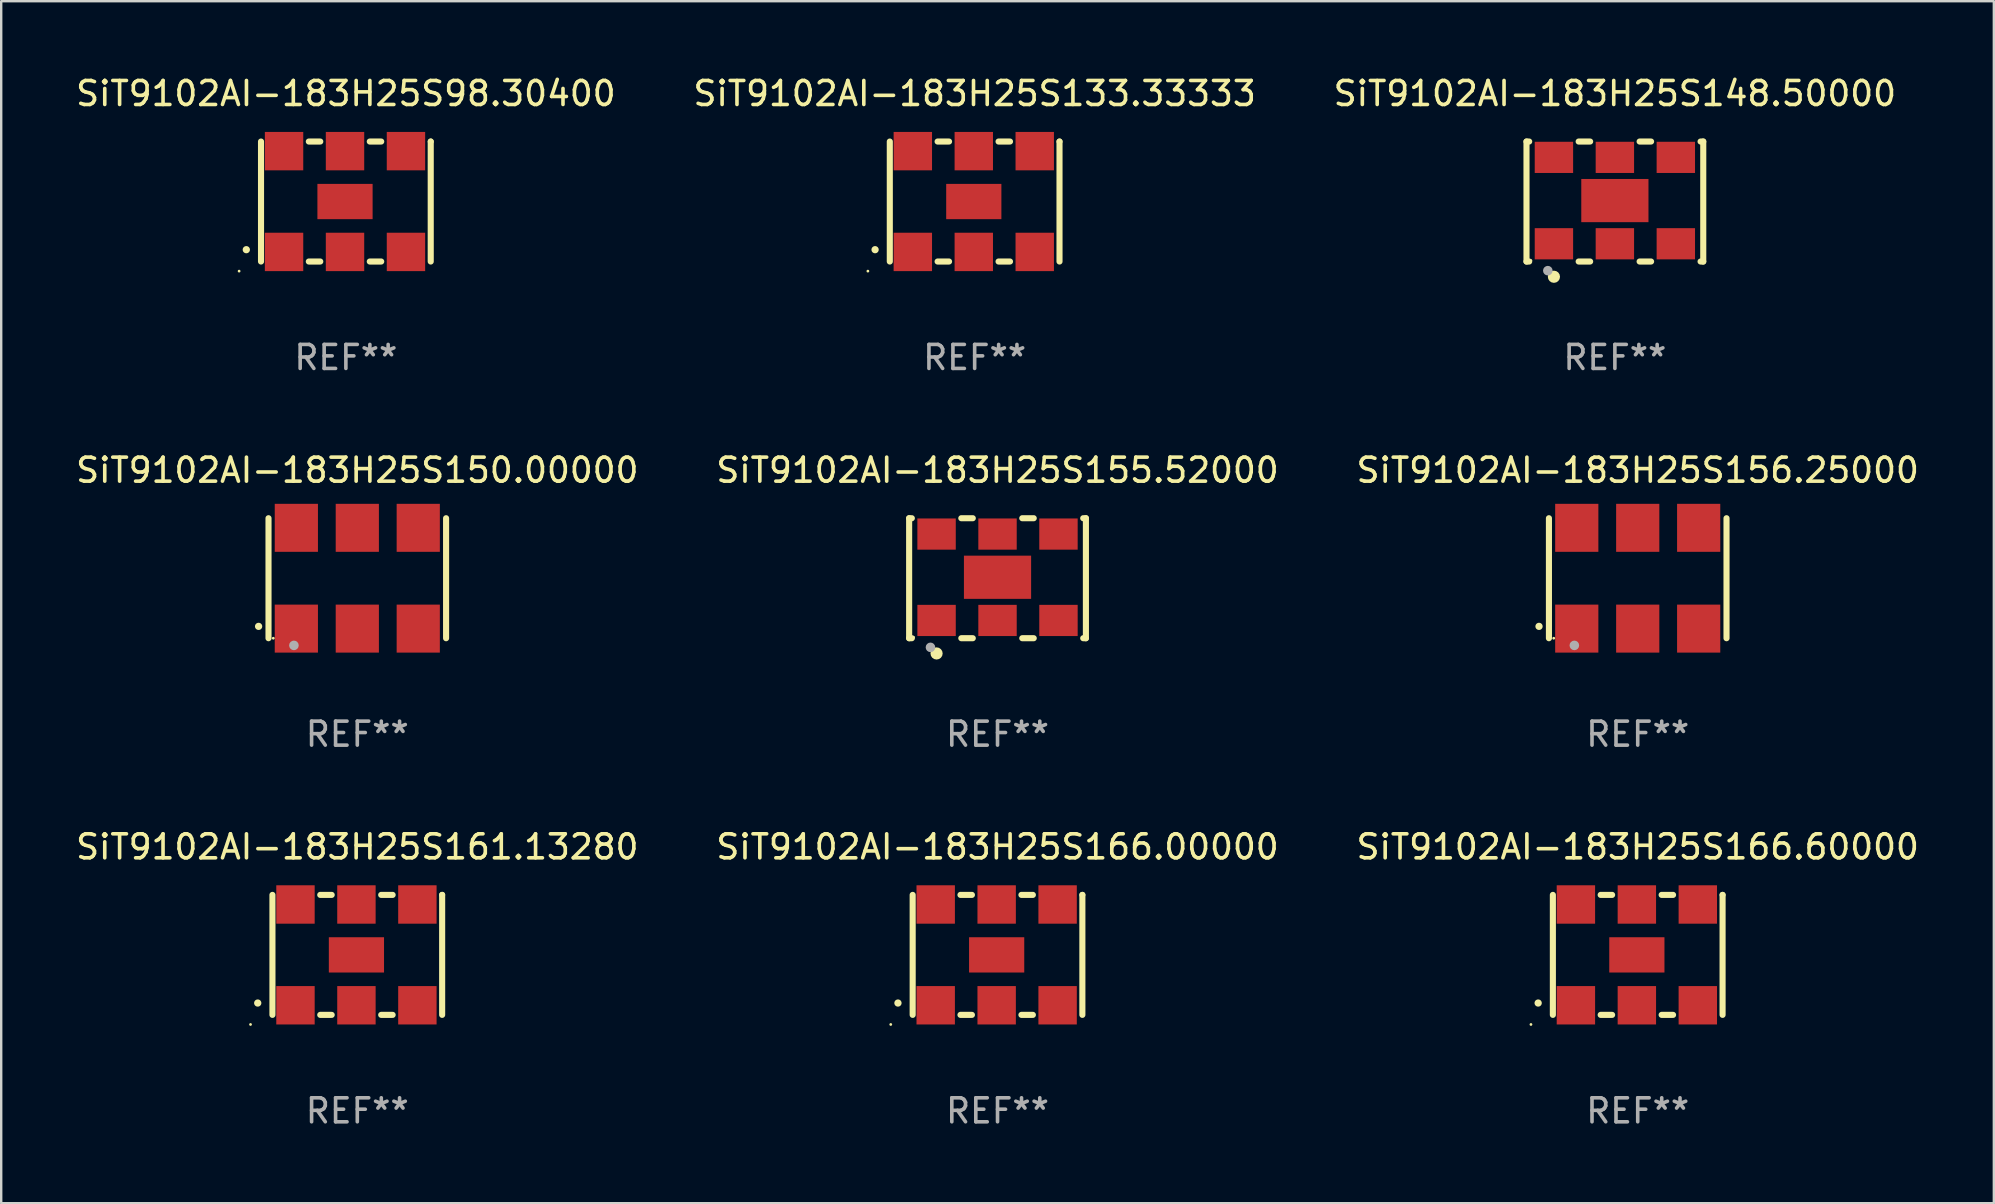
<source format=kicad_pcb>
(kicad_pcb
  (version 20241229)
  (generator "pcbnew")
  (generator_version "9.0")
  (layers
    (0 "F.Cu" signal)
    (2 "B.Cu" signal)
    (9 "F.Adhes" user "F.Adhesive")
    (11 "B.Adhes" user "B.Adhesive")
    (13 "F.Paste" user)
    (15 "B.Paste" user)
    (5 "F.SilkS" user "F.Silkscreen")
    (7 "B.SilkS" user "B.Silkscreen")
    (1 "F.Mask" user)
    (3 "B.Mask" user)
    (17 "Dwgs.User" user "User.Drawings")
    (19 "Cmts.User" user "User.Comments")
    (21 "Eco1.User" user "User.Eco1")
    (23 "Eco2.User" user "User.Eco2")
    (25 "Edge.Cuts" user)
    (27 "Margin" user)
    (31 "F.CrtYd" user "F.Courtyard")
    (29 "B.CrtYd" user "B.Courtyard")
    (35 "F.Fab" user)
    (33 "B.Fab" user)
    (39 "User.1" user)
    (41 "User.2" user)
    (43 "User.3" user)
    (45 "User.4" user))
  (footprint "SiT9102AI-183H25S156.25000"
    (layer "F.Cu")
    (at 65.196 21.045)
    (property "Reference" "SiT9102AI-183H25S156.25000" (at 0 -4.5 0) (layer "F.SilkS") (effects (font (size 1 1) (thickness 0.15))))
    (attr through_hole)
    (fp_line (start -3.7 -2.5) (end -3.7 2.5) (stroke (width 0.254) (type solid)) (layer "F.SilkS"))
    (fp_line (start 3.7 -2.5) (end 3.7 2.5) (stroke (width 0.254) (type solid)) (layer "F.SilkS"))
    (fp_arc (start -4.114415 2.006604) (mid -4.113145 2.006599) (end -4.111875 2.006604) (stroke (width 0.3) (type solid)) (layer "F.SilkS"))
    (fp_circle (center -3.5 2.501) (end -3.47 2.501) (stroke (width 0.06) (type solid)) (fill no) (layer "F.SilkS"))
    (fp_circle (center -2.641 2.799) (end -2.541 2.799) (stroke (width 0.2) (type solid)) (fill no) (layer "F.Fab"))
    (fp_text user "REF**" (at 0 6.5 0) (layer "F.Fab") (effects (font (size 1 1) (thickness 0.15))))
    (pad "1" smd rect (at -2.54 2.1) (size 1.8 2) (layers "F.Cu" "F.Mask" "F.Paste"))
    (pad "2" smd rect (at 0.000394 2.1) (size 1.8 2) (layers "F.Cu" "F.Mask" "F.Paste"))
    (pad "3" smd rect (at 2.54 2.1) (size 1.8 2) (layers "F.Cu" "F.Mask" "F.Paste"))
    (pad "4" smd rect (at 2.54 -2.1) (size 1.8 2) (layers "F.Cu" "F.Mask" "F.Paste"))
    (pad "5" smd rect (at 0.000394 -2.1) (size 1.8 2) (layers "F.Cu" "F.Mask" "F.Paste"))
    (pad "6" smd rect (at -2.54 -2.1) (size 1.8 2) (layers "F.Cu" "F.Mask" "F.Paste")))
  (footprint "SiT9102AI-183H25S148.50000"
    (layer "F.Cu")
    (at 64.244 5.348)
    (property "Reference" "SiT9102AI-183H25S148.50000" (at 0 -4.5 0) (layer "F.SilkS") (effects (font (size 1 1) (thickness 0.15))))
    (attr through_hole)
    (fp_line (start -3.683 -2.5) (end -3.571 -2.5) (stroke (width 0.254) (type solid)) (layer "F.SilkS"))
    (fp_line (start -3.683 2.5) (end -3.683 -2.5) (stroke (width 0.254) (type solid)) (layer "F.SilkS"))
    (fp_line (start -3.683 2.5) (end -3.571 2.5) (stroke (width 0.254) (type solid)) (layer "F.SilkS"))
    (fp_line (start -1.509 -2.5) (end -1.031 -2.5) (stroke (width 0.254) (type solid)) (layer "F.SilkS"))
    (fp_line (start -1.509 2.5) (end -1.031 2.5) (stroke (width 0.254) (type solid)) (layer "F.SilkS"))
    (fp_line (start 1.031 -2.5) (end 1.509 -2.5) (stroke (width 0.254) (type solid)) (layer "F.SilkS"))
    (fp_line (start 1.031 2.5) (end 1.509 2.5) (stroke (width 0.254) (type solid)) (layer "F.SilkS"))
    (fp_line (start 3.571 -2.5) (end 3.683 -2.5) (stroke (width 0.254) (type solid)) (layer "F.SilkS"))
    (fp_line (start 3.571 2.5) (end 3.683 2.5) (stroke (width 0.254) (type solid)) (layer "F.SilkS"))
    (fp_line (start 3.683 2.5) (end 3.683 -2.5) (stroke (width 0.254) (type solid)) (layer "F.SilkS"))
    (fp_circle (center -3.5 2.46) (end -3.47 2.46) (stroke (width 0.06) (type solid)) (fill no) (layer "F.SilkS"))
    (fp_circle (center -2.54 3.135) (end -2.413 3.135) (stroke (width 0.254) (type solid)) (fill no) (layer "F.SilkS"))
    (fp_circle (center -2.794 2.881) (end -2.694 2.881) (stroke (width 0.2) (type solid)) (fill no) (layer "F.Fab"))
    (fp_text user "REF**" (at 0 6.5 0) (layer "F.Fab") (effects (font (size 1 1) (thickness 0.15))))
    (pad "1" smd rect (at -2.54 1.76) (size 1.6 1.3) (layers "F.Cu" "F.Mask" "F.Paste"))
    (pad "2" smd rect (at 0 1.76) (size 1.6 1.3) (layers "F.Cu" "F.Mask" "F.Paste"))
    (pad "3" smd rect (at 2.54 1.76) (size 1.6 1.3) (layers "F.Cu" "F.Mask" "F.Paste"))
    (pad "4" smd rect (at 2.54 -1.84) (size 1.6 1.3) (layers "F.Cu" "F.Mask" "F.Paste"))
    (pad "5" smd rect (at 0 -1.84) (size 1.6 1.3) (layers "F.Cu" "F.Mask" "F.Paste"))
    (pad "6" smd rect (at -2.54 -1.84) (size 1.6 1.3) (layers "F.Cu" "F.Mask" "F.Paste"))
    (pad "7" smd rect (at 0 -0.04) (size 2.8 1.8) (layers "F.Cu" "F.Mask" "F.Paste")))
  (footprint "SiT9102AI-183H25S155.52000"
    (layer "F.Cu")
    (at 38.518 21.045)
    (property "Reference" "SiT9102AI-183H25S155.52000" (at 0 -4.5 0) (layer "F.SilkS") (effects (font (size 1 1) (thickness 0.15))))
    (attr through_hole)
    (fp_line (start -3.683 -2.5) (end -3.571 -2.5) (stroke (width 0.254) (type solid)) (layer "F.SilkS"))
    (fp_line (start -3.683 2.5) (end -3.683 -2.5) (stroke (width 0.254) (type solid)) (layer "F.SilkS"))
    (fp_line (start -3.683 2.5) (end -3.571 2.5) (stroke (width 0.254) (type solid)) (layer "F.SilkS"))
    (fp_line (start -1.509 -2.5) (end -1.031 -2.5) (stroke (width 0.254) (type solid)) (layer "F.SilkS"))
    (fp_line (start -1.509 2.5) (end -1.031 2.5) (stroke (width 0.254) (type solid)) (layer "F.SilkS"))
    (fp_line (start 1.031 -2.5) (end 1.509 -2.5) (stroke (width 0.254) (type solid)) (layer "F.SilkS"))
    (fp_line (start 1.031 2.5) (end 1.509 2.5) (stroke (width 0.254) (type solid)) (layer "F.SilkS"))
    (fp_line (start 3.571 -2.5) (end 3.683 -2.5) (stroke (width 0.254) (type solid)) (layer "F.SilkS"))
    (fp_line (start 3.571 2.5) (end 3.683 2.5) (stroke (width 0.254) (type solid)) (layer "F.SilkS"))
    (fp_line (start 3.683 2.5) (end 3.683 -2.5) (stroke (width 0.254) (type solid)) (layer "F.SilkS"))
    (fp_circle (center -3.5 2.46) (end -3.47 2.46) (stroke (width 0.06) (type solid)) (fill no) (layer "F.SilkS"))
    (fp_circle (center -2.54 3.135) (end -2.413 3.135) (stroke (width 0.254) (type solid)) (fill no) (layer "F.SilkS"))
    (fp_circle (center -2.794 2.881) (end -2.694 2.881) (stroke (width 0.2) (type solid)) (fill no) (layer "F.Fab"))
    (fp_text user "REF**" (at 0 6.5 0) (layer "F.Fab") (effects (font (size 1 1) (thickness 0.15))))
    (pad "1" smd rect (at -2.54 1.76) (size 1.6 1.3) (layers "F.Cu" "F.Mask" "F.Paste"))
    (pad "2" smd rect (at 0 1.76) (size 1.6 1.3) (layers "F.Cu" "F.Mask" "F.Paste"))
    (pad "3" smd rect (at 2.54 1.76) (size 1.6 1.3) (layers "F.Cu" "F.Mask" "F.Paste"))
    (pad "4" smd rect (at 2.54 -1.84) (size 1.6 1.3) (layers "F.Cu" "F.Mask" "F.Paste"))
    (pad "5" smd rect (at 0 -1.84) (size 1.6 1.3) (layers "F.Cu" "F.Mask" "F.Paste"))
    (pad "6" smd rect (at -2.54 -1.84) (size 1.6 1.3) (layers "F.Cu" "F.Mask" "F.Paste"))
    (pad "7" smd rect (at 0 -0.04) (size 2.8 1.8) (layers "F.Cu" "F.Mask" "F.Paste")))
  (footprint "SiT9102AI-183H25S133.33333"
    (layer "F.Cu")
    (at 37.565 5.348)
    (property "Reference" "SiT9102AI-183H25S133.33333" (at 0 -4.5 0) (layer "F.SilkS") (effects (font (size 1 1) (thickness 0.15))))
    (attr through_hole)
    (fp_line (start -3.536 -2.5) (end -3.536 2.5) (stroke (width 0.254) (type solid)) (layer "F.SilkS"))
    (fp_line (start -1.544 2.5) (end -1.067 2.5) (stroke (width 0.254) (type solid)) (layer "F.SilkS"))
    (fp_line (start -1.067 -2.5) (end -1.544 -2.5) (stroke (width 0.254) (type solid)) (layer "F.SilkS"))
    (fp_line (start 0.996 2.5) (end 1.473 2.5) (stroke (width 0.254) (type solid)) (layer "F.SilkS"))
    (fp_line (start 1.473 -2.5) (end 0.996 -2.5) (stroke (width 0.254) (type solid)) (layer "F.SilkS"))
    (fp_line (start 3.536 -2.5) (end 3.536 -2.5) (stroke (width 0.254) (type solid)) (layer "F.SilkS"))
    (fp_line (start 3.536 2.5) (end 3.536 -2.5) (stroke (width 0.254) (type solid)) (layer "F.SilkS"))
    (fp_arc (start -4.150432 2.006604) (mid -4.149162 2.006599) (end -4.147892 2.006604) (stroke (width 0.3) (type solid)) (layer "F.SilkS"))
    (fp_circle (center -4.449 2.9) (end -4.419 2.9) (stroke (width 0.06) (type solid)) (fill no) (layer "F.SilkS"))
    (fp_text user "REF**" (at 0 6.5 0) (layer "F.Fab") (effects (font (size 1 1) (thickness 0.15))))
    (pad "1" smd rect (at -2.576 2.1) (size 1.6 1.6) (layers "F.Cu" "F.Mask" "F.Paste"))
    (pad "2" smd rect (at -0.036 2.1) (size 1.6 1.6) (layers "F.Cu" "F.Mask" "F.Paste"))
    (pad "3" smd rect (at 2.504 2.1) (size 1.6 1.6) (layers "F.Cu" "F.Mask" "F.Paste"))
    (pad "4" smd rect (at 2.504 -2.1) (size 1.6 1.6) (layers "F.Cu" "F.Mask" "F.Paste"))
    (pad "5" smd rect (at -0.036 -2.1) (size 1.6 1.6) (layers "F.Cu" "F.Mask" "F.Paste"))
    (pad "6" smd rect (at -2.576 -2.1) (size 1.6 1.6) (layers "F.Cu" "F.Mask" "F.Paste"))
    (pad "7" smd rect (at -0.036 0) (size 2.3 1.47) (layers "F.Cu" "F.Mask" "F.Paste")))
  (footprint "SiT9102AI-183H25S150.00000"
    (layer "F.Cu")
    (at 11.839 21.045)
    (property "Reference" "SiT9102AI-183H25S150.00000" (at 0 -4.5 0) (layer "F.SilkS") (effects (font (size 1 1) (thickness 0.15))))
    (attr through_hole)
    (fp_line (start -3.7 -2.5) (end -3.7 2.5) (stroke (width 0.254) (type solid)) (layer "F.SilkS"))
    (fp_line (start 3.7 -2.5) (end 3.7 2.5) (stroke (width 0.254) (type solid)) (layer "F.SilkS"))
    (fp_arc (start -4.114415 2.006604) (mid -4.113145 2.006599) (end -4.111875 2.006604) (stroke (width 0.3) (type solid)) (layer "F.SilkS"))
    (fp_circle (center -3.5 2.501) (end -3.47 2.501) (stroke (width 0.06) (type solid)) (fill no) (layer "F.SilkS"))
    (fp_circle (center -2.641 2.799) (end -2.541 2.799) (stroke (width 0.2) (type solid)) (fill no) (layer "F.Fab"))
    (fp_text user "REF**" (at 0 6.5 0) (layer "F.Fab") (effects (font (size 1 1) (thickness 0.15))))
    (pad "1" smd rect (at -2.54 2.1) (size 1.8 2) (layers "F.Cu" "F.Mask" "F.Paste"))
    (pad "2" smd rect (at 0.000394 2.1) (size 1.8 2) (layers "F.Cu" "F.Mask" "F.Paste"))
    (pad "3" smd rect (at 2.54 2.1) (size 1.8 2) (layers "F.Cu" "F.Mask" "F.Paste"))
    (pad "4" smd rect (at 2.54 -2.1) (size 1.8 2) (layers "F.Cu" "F.Mask" "F.Paste"))
    (pad "5" smd rect (at 0.000394 -2.1) (size 1.8 2) (layers "F.Cu" "F.Mask" "F.Paste"))
    (pad "6" smd rect (at -2.54 -2.1) (size 1.8 2) (layers "F.Cu" "F.Mask" "F.Paste")))
  (footprint "SiT9102AI-183H25S98.30400"
    (layer "F.Cu")
    (at 11.363 5.348)
    (property "Reference" "SiT9102AI-183H25S98.30400" (at 0 -4.5 0) (layer "F.SilkS") (effects (font (size 1 1) (thickness 0.15))))
    (attr through_hole)
    (fp_line (start -3.536 -2.5) (end -3.536 2.5) (stroke (width 0.254) (type solid)) (layer "F.SilkS"))
    (fp_line (start -1.544 2.5) (end -1.067 2.5) (stroke (width 0.254) (type solid)) (layer "F.SilkS"))
    (fp_line (start -1.067 -2.5) (end -1.544 -2.5) (stroke (width 0.254) (type solid)) (layer "F.SilkS"))
    (fp_line (start 0.996 2.5) (end 1.473 2.5) (stroke (width 0.254) (type solid)) (layer "F.SilkS"))
    (fp_line (start 1.473 -2.5) (end 0.996 -2.5) (stroke (width 0.254) (type solid)) (layer "F.SilkS"))
    (fp_line (start 3.536 -2.5) (end 3.536 -2.5) (stroke (width 0.254) (type solid)) (layer "F.SilkS"))
    (fp_line (start 3.536 2.5) (end 3.536 -2.5) (stroke (width 0.254) (type solid)) (layer "F.SilkS"))
    (fp_arc (start -4.150432 2.006604) (mid -4.149162 2.006599) (end -4.147892 2.006604) (stroke (width 0.3) (type solid)) (layer "F.SilkS"))
    (fp_circle (center -4.449 2.9) (end -4.419 2.9) (stroke (width 0.06) (type solid)) (fill no) (layer "F.SilkS"))
    (fp_text user "REF**" (at 0 6.5 0) (layer "F.Fab") (effects (font (size 1 1) (thickness 0.15))))
    (pad "1" smd rect (at -2.576 2.1) (size 1.6 1.6) (layers "F.Cu" "F.Mask" "F.Paste"))
    (pad "2" smd rect (at -0.036 2.1) (size 1.6 1.6) (layers "F.Cu" "F.Mask" "F.Paste"))
    (pad "3" smd rect (at 2.504 2.1) (size 1.6 1.6) (layers "F.Cu" "F.Mask" "F.Paste"))
    (pad "4" smd rect (at 2.504 -2.1) (size 1.6 1.6) (layers "F.Cu" "F.Mask" "F.Paste"))
    (pad "5" smd rect (at -0.036 -2.1) (size 1.6 1.6) (layers "F.Cu" "F.Mask" "F.Paste"))
    (pad "6" smd rect (at -2.576 -2.1) (size 1.6 1.6) (layers "F.Cu" "F.Mask" "F.Paste"))
    (pad "7" smd rect (at -0.036 0) (size 2.3 1.47) (layers "F.Cu" "F.Mask" "F.Paste")))
  (footprint "SiT9102AI-183H25S161.13280"
    (layer "F.Cu")
    (at 11.839 36.741)
    (property "Reference" "SiT9102AI-183H25S161.13280" (at 0 -4.5 0) (layer "F.SilkS") (effects (font (size 1 1) (thickness 0.15))))
    (attr through_hole)
    (fp_line (start -3.536 -2.5) (end -3.536 2.5) (stroke (width 0.254) (type solid)) (layer "F.SilkS"))
    (fp_line (start -1.544 2.5) (end -1.067 2.5) (stroke (width 0.254) (type solid)) (layer "F.SilkS"))
    (fp_line (start -1.067 -2.5) (end -1.544 -2.5) (stroke (width 0.254) (type solid)) (layer "F.SilkS"))
    (fp_line (start 0.996 2.5) (end 1.473 2.5) (stroke (width 0.254) (type solid)) (layer "F.SilkS"))
    (fp_line (start 1.473 -2.5) (end 0.996 -2.5) (stroke (width 0.254) (type solid)) (layer "F.SilkS"))
    (fp_line (start 3.536 -2.5) (end 3.536 -2.5) (stroke (width 0.254) (type solid)) (layer "F.SilkS"))
    (fp_line (start 3.536 2.5) (end 3.536 -2.5) (stroke (width 0.254) (type solid)) (layer "F.SilkS"))
    (fp_arc (start -4.150432 2.006604) (mid -4.149162 2.006599) (end -4.147892 2.006604) (stroke (width 0.3) (type solid)) (layer "F.SilkS"))
    (fp_circle (center -4.449 2.9) (end -4.419 2.9) (stroke (width 0.06) (type solid)) (fill no) (layer "F.SilkS"))
    (fp_text user "REF**" (at 0 6.5 0) (layer "F.Fab") (effects (font (size 1 1) (thickness 0.15))))
    (pad "1" smd rect (at -2.576 2.1) (size 1.6 1.6) (layers "F.Cu" "F.Mask" "F.Paste"))
    (pad "2" smd rect (at -0.036 2.1) (size 1.6 1.6) (layers "F.Cu" "F.Mask" "F.Paste"))
    (pad "3" smd rect (at 2.504 2.1) (size 1.6 1.6) (layers "F.Cu" "F.Mask" "F.Paste"))
    (pad "4" smd rect (at 2.504 -2.1) (size 1.6 1.6) (layers "F.Cu" "F.Mask" "F.Paste"))
    (pad "5" smd rect (at -0.036 -2.1) (size 1.6 1.6) (layers "F.Cu" "F.Mask" "F.Paste"))
    (pad "6" smd rect (at -2.576 -2.1) (size 1.6 1.6) (layers "F.Cu" "F.Mask" "F.Paste"))
    (pad "7" smd rect (at -0.036 0) (size 2.3 1.47) (layers "F.Cu" "F.Mask" "F.Paste")))
  (footprint "SiT9102AI-183H25S166.60000"
    (layer "F.Cu")
    (at 65.196 36.741)
    (property "Reference" "SiT9102AI-183H25S166.60000" (at 0 -4.5 0) (layer "F.SilkS") (effects (font (size 1 1) (thickness 0.15))))
    (attr through_hole)
    (fp_line (start -3.536 -2.5) (end -3.536 2.5) (stroke (width 0.254) (type solid)) (layer "F.SilkS"))
    (fp_line (start -1.544 2.5) (end -1.067 2.5) (stroke (width 0.254) (type solid)) (layer "F.SilkS"))
    (fp_line (start -1.067 -2.5) (end -1.544 -2.5) (stroke (width 0.254) (type solid)) (layer "F.SilkS"))
    (fp_line (start 0.996 2.5) (end 1.473 2.5) (stroke (width 0.254) (type solid)) (layer "F.SilkS"))
    (fp_line (start 1.473 -2.5) (end 0.996 -2.5) (stroke (width 0.254) (type solid)) (layer "F.SilkS"))
    (fp_line (start 3.536 -2.5) (end 3.536 -2.5) (stroke (width 0.254) (type solid)) (layer "F.SilkS"))
    (fp_line (start 3.536 2.5) (end 3.536 -2.5) (stroke (width 0.254) (type solid)) (layer "F.SilkS"))
    (fp_arc (start -4.150432 2.006604) (mid -4.149162 2.006599) (end -4.147892 2.006604) (stroke (width 0.3) (type solid)) (layer "F.SilkS"))
    (fp_circle (center -4.449 2.9) (end -4.419 2.9) (stroke (width 0.06) (type solid)) (fill no) (layer "F.SilkS"))
    (fp_text user "REF**" (at 0 6.5 0) (layer "F.Fab") (effects (font (size 1 1) (thickness 0.15))))
    (pad "1" smd rect (at -2.576 2.1) (size 1.6 1.6) (layers "F.Cu" "F.Mask" "F.Paste"))
    (pad "2" smd rect (at -0.036 2.1) (size 1.6 1.6) (layers "F.Cu" "F.Mask" "F.Paste"))
    (pad "3" smd rect (at 2.504 2.1) (size 1.6 1.6) (layers "F.Cu" "F.Mask" "F.Paste"))
    (pad "4" smd rect (at 2.504 -2.1) (size 1.6 1.6) (layers "F.Cu" "F.Mask" "F.Paste"))
    (pad "5" smd rect (at -0.036 -2.1) (size 1.6 1.6) (layers "F.Cu" "F.Mask" "F.Paste"))
    (pad "6" smd rect (at -2.576 -2.1) (size 1.6 1.6) (layers "F.Cu" "F.Mask" "F.Paste"))
    (pad "7" smd rect (at -0.036 0) (size 2.3 1.47) (layers "F.Cu" "F.Mask" "F.Paste")))
  (footprint "SiT9102AI-183H25S166.00000"
    (layer "F.Cu")
    (at 38.518 36.741)
    (property "Reference" "SiT9102AI-183H25S166.00000" (at 0 -4.5 0) (layer "F.SilkS") (effects (font (size 1 1) (thickness 0.15))))
    (attr through_hole)
    (fp_line (start -3.536 -2.5) (end -3.536 2.5) (stroke (width 0.254) (type solid)) (layer "F.SilkS"))
    (fp_line (start -1.544 2.5) (end -1.067 2.5) (stroke (width 0.254) (type solid)) (layer "F.SilkS"))
    (fp_line (start -1.067 -2.5) (end -1.544 -2.5) (stroke (width 0.254) (type solid)) (layer "F.SilkS"))
    (fp_line (start 0.996 2.5) (end 1.473 2.5) (stroke (width 0.254) (type solid)) (layer "F.SilkS"))
    (fp_line (start 1.473 -2.5) (end 0.996 -2.5) (stroke (width 0.254) (type solid)) (layer "F.SilkS"))
    (fp_line (start 3.536 -2.5) (end 3.536 -2.5) (stroke (width 0.254) (type solid)) (layer "F.SilkS"))
    (fp_line (start 3.536 2.5) (end 3.536 -2.5) (stroke (width 0.254) (type solid)) (layer "F.SilkS"))
    (fp_arc (start -4.150432 2.006604) (mid -4.149162 2.006599) (end -4.147892 2.006604) (stroke (width 0.3) (type solid)) (layer "F.SilkS"))
    (fp_circle (center -4.449 2.9) (end -4.419 2.9) (stroke (width 0.06) (type solid)) (fill no) (layer "F.SilkS"))
    (fp_text user "REF**" (at 0 6.5 0) (layer "F.Fab") (effects (font (size 1 1) (thickness 0.15))))
    (pad "1" smd rect (at -2.576 2.1) (size 1.6 1.6) (layers "F.Cu" "F.Mask" "F.Paste"))
    (pad "2" smd rect (at -0.036 2.1) (size 1.6 1.6) (layers "F.Cu" "F.Mask" "F.Paste"))
    (pad "3" smd rect (at 2.504 2.1) (size 1.6 1.6) (layers "F.Cu" "F.Mask" "F.Paste"))
    (pad "4" smd rect (at 2.504 -2.1) (size 1.6 1.6) (layers "F.Cu" "F.Mask" "F.Paste"))
    (pad "5" smd rect (at -0.036 -2.1) (size 1.6 1.6) (layers "F.Cu" "F.Mask" "F.Paste"))
    (pad "6" smd rect (at -2.576 -2.1) (size 1.6 1.6) (layers "F.Cu" "F.Mask" "F.Paste"))
    (pad "7" smd rect (at -0.036 0) (size 2.3 1.47) (layers "F.Cu" "F.Mask" "F.Paste")))
  (gr_rect
    (start -3 -3)
    (end 80.036 47.09)
    (stroke (width 0.1) (type default))
    (fill no)
    (layer "Edge.Cuts")))
</source>
